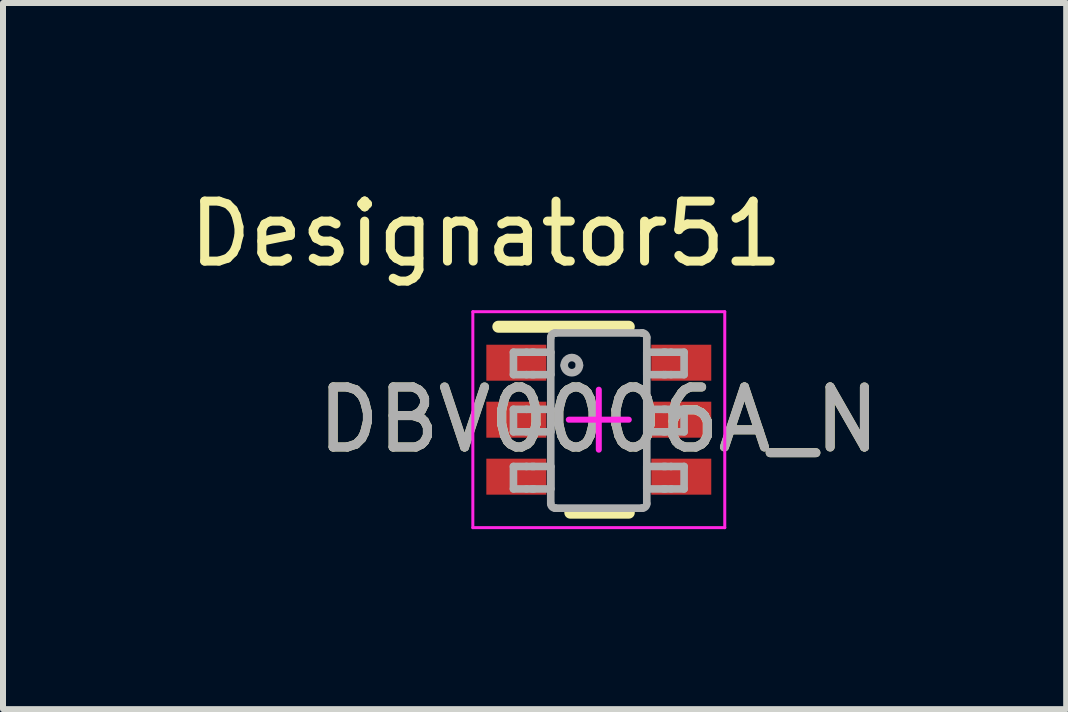
<source format=kicad_pcb>
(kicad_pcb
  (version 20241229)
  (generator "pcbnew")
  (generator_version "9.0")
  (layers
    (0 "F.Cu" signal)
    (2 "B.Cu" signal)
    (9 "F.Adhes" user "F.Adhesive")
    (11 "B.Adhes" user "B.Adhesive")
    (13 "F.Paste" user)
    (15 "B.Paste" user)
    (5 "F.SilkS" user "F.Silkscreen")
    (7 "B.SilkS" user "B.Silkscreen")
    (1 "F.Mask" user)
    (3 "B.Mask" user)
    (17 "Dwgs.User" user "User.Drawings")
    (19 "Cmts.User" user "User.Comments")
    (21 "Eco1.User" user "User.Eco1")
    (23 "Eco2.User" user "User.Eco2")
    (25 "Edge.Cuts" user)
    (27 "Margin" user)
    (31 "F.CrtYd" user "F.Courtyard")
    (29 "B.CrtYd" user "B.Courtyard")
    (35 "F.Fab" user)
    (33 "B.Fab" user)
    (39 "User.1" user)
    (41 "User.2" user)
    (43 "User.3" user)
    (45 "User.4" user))
  (footprint "DBV0006A_N"
    (layer "F.Cu")
    (at 6.933 3.947)
    (property "Reference" "DBV0006A_N" (at 0 0 0) (unlocked yes) (layer "F.SilkS") (effects (font (size 1 1) (thickness 0.15))))
    (attr smd)
    (fp_line (start -1.675 -1.55) (end 0.5 -1.55) (stroke (width 0.2) (type solid)) (layer "F.SilkS"))
    (fp_line (start -0.475 1.55) (end 0.5 1.55) (stroke (width 0.2) (type solid)) (layer "F.SilkS"))
    (fp_line (start -2.1 -1.8) (end 2.1 -1.8) (stroke (width 0.05) (type solid)) (layer "F.CrtYd"))
    (fp_line (start -2.1 1.8) (end -2.1 -1.8) (stroke (width 0.05) (type solid)) (layer "F.CrtYd"))
    (fp_line (start -2.1 1.8) (end 2.1 1.8) (stroke (width 0.05) (type solid)) (layer "F.CrtYd"))
    (fp_line (start -0.5 0) (end 0.5 0) (stroke (width 0.1) (type solid)) (layer "F.CrtYd"))
    (fp_line (start 0 0.5) (end 0 -0.5) (stroke (width 0.1) (type solid)) (layer "F.CrtYd"))
    (fp_line (start 2.1 1.8) (end 2.1 -1.8) (stroke (width 0.05) (type solid)) (layer "F.CrtYd"))
    (fp_line (start -1.423 -1.125) (end -1.206 -1.125) (stroke (width 0.127) (type solid)) (layer "F.Fab"))
    (fp_line (start -1.423 -0.751) (end -1.423 -1.125) (stroke (width 0.127) (type solid)) (layer "F.Fab"))
    (fp_line (start -1.423 -0.751) (end -1.206 -0.751) (stroke (width 0.127) (type solid)) (layer "F.Fab"))
    (fp_line (start -1.423 -0.173) (end -1.206 -0.173) (stroke (width 0.127) (type solid)) (layer "F.Fab"))
    (fp_line (start -1.423 0.202) (end -1.423 -0.173) (stroke (width 0.127) (type solid)) (layer "F.Fab"))
    (fp_line (start -1.423 0.202) (end -1.206 0.202) (stroke (width 0.127) (type solid)) (layer "F.Fab"))
    (fp_line (start -1.423 0.78) (end -1.206 0.78) (stroke (width 0.127) (type solid)) (layer "F.Fab"))
    (fp_line (start -1.423 1.154) (end -1.423 0.78) (stroke (width 0.127) (type solid)) (layer "F.Fab"))
    (fp_line (start -1.423 1.154) (end -1.206 1.154) (stroke (width 0.127) (type solid)) (layer "F.Fab"))
    (fp_line (start -1.206 -1.125) (end -1.113 -1.125) (stroke (width 0.127) (type solid)) (layer "F.Fab"))
    (fp_line (start -1.206 -0.751) (end -1.113 -0.751) (stroke (width 0.127) (type solid)) (layer "F.Fab"))
    (fp_line (start -1.206 -0.173) (end -1.113 -0.173) (stroke (width 0.127) (type solid)) (layer "F.Fab"))
    (fp_line (start -1.206 0.202) (end -1.113 0.202) (stroke (width 0.127) (type solid)) (layer "F.Fab"))
    (fp_line (start -1.206 0.78) (end -1.113 0.78) (stroke (width 0.127) (type solid)) (layer "F.Fab"))
    (fp_line (start -1.206 1.154) (end -1.113 1.154) (stroke (width 0.127) (type solid)) (layer "F.Fab"))
    (fp_line (start -1.113 -1.125) (end -1.081 -1.125) (stroke (width 0.127) (type solid)) (layer "F.Fab"))
    (fp_line (start -1.113 -0.751) (end -1.081 -0.751) (stroke (width 0.127) (type solid)) (layer "F.Fab"))
    (fp_line (start -1.113 -0.173) (end -1.081 -0.173) (stroke (width 0.127) (type solid)) (layer "F.Fab"))
    (fp_line (start -1.113 0.202) (end -1.081 0.202) (stroke (width 0.127) (type solid)) (layer "F.Fab"))
    (fp_line (start -1.113 0.78) (end -1.081 0.78) (stroke (width 0.127) (type solid)) (layer "F.Fab"))
    (fp_line (start -1.113 1.154) (end -1.081 1.154) (stroke (width 0.127) (type solid)) (layer "F.Fab"))
    (fp_line (start -1.081 -1.125) (end -0.828 -1.125) (stroke (width 0.127) (type solid)) (layer "F.Fab"))
    (fp_line (start -1.081 -0.751) (end -0.828 -0.751) (stroke (width 0.127) (type solid)) (layer "F.Fab"))
    (fp_line (start -1.081 -0.173) (end -0.828 -0.173) (stroke (width 0.127) (type solid)) (layer "F.Fab"))
    (fp_line (start -1.081 0.202) (end -0.828 0.202) (stroke (width 0.127) (type solid)) (layer "F.Fab"))
    (fp_line (start -1.081 0.78) (end -0.828 0.78) (stroke (width 0.127) (type solid)) (layer "F.Fab"))
    (fp_line (start -1.081 1.154) (end -0.828 1.154) (stroke (width 0.127) (type solid)) (layer "F.Fab"))
    (fp_line (start -0.828 -1.125) (end -0.801 -1.125) (stroke (width 0.127) (type solid)) (layer "F.Fab"))
    (fp_line (start -0.828 -0.751) (end -0.801 -0.751) (stroke (width 0.127) (type solid)) (layer "F.Fab"))
    (fp_line (start -0.828 -0.173) (end -0.801 -0.173) (stroke (width 0.127) (type solid)) (layer "F.Fab"))
    (fp_line (start -0.828 0.202) (end -0.801 0.202) (stroke (width 0.127) (type solid)) (layer "F.Fab"))
    (fp_line (start -0.828 0.78) (end -0.801 0.78) (stroke (width 0.127) (type solid)) (layer "F.Fab"))
    (fp_line (start -0.828 1.154) (end -0.801 1.154) (stroke (width 0.127) (type solid)) (layer "F.Fab"))
    (fp_line (start -0.801 -0.751) (end -0.801 -1.125) (stroke (width 0.127) (type solid)) (layer "F.Fab"))
    (fp_line (start -0.801 0.202) (end -0.801 -0.173) (stroke (width 0.127) (type solid)) (layer "F.Fab"))
    (fp_line (start -0.801 1.154) (end -0.801 0.78) (stroke (width 0.127) (type solid)) (layer "F.Fab"))
    (fp_line (start -0.801 1.399) (end -0.801 -1.37) (stroke (width 0.127) (type solid)) (layer "F.Fab"))
    (fp_line (start -0.725 -1.446) (end -0.724 -1.446) (stroke (width 0.127) (type solid)) (layer "F.Fab"))
    (fp_line (start -0.725 1.475) (end -0.724 1.475) (stroke (width 0.127) (type solid)) (layer "F.Fab"))
    (fp_line (start -0.724 -1.446) (end 0.723 -1.446) (stroke (width 0.127) (type solid)) (layer "F.Fab"))
    (fp_line (start -0.724 1.475) (end 0.723 1.475) (stroke (width 0.127) (type solid)) (layer "F.Fab"))
    (fp_line (start 0.723 -1.446) (end 0.724 -1.446) (stroke (width 0.127) (type solid)) (layer "F.Fab"))
    (fp_line (start 0.723 1.475) (end 0.724 1.475) (stroke (width 0.127) (type solid)) (layer "F.Fab"))
    (fp_line (start 0.8 -1.125) (end 0.827 -1.125) (stroke (width 0.127) (type solid)) (layer "F.Fab"))
    (fp_line (start 0.8 -0.751) (end 0.8 -1.125) (stroke (width 0.127) (type solid)) (layer "F.Fab"))
    (fp_line (start 0.8 -0.751) (end 0.827 -0.751) (stroke (width 0.127) (type solid)) (layer "F.Fab"))
    (fp_line (start 0.8 -0.173) (end 0.827 -0.173) (stroke (width 0.127) (type solid)) (layer "F.Fab"))
    (fp_line (start 0.8 0.202) (end 0.8 -0.173) (stroke (width 0.127) (type solid)) (layer "F.Fab"))
    (fp_line (start 0.8 0.202) (end 0.827 0.202) (stroke (width 0.127) (type solid)) (layer "F.Fab"))
    (fp_line (start 0.8 0.78) (end 0.827 0.78) (stroke (width 0.127) (type solid)) (layer "F.Fab"))
    (fp_line (start 0.8 1.154) (end 0.8 0.78) (stroke (width 0.127) (type solid)) (layer "F.Fab"))
    (fp_line (start 0.8 1.154) (end 0.827 1.154) (stroke (width 0.127) (type solid)) (layer "F.Fab"))
    (fp_line (start 0.8 1.399) (end 0.8 -1.37) (stroke (width 0.127) (type solid)) (layer "F.Fab"))
    (fp_line (start 0.827 -1.125) (end 1.08 -1.125) (stroke (width 0.127) (type solid)) (layer "F.Fab"))
    (fp_line (start 0.827 -0.751) (end 1.08 -0.751) (stroke (width 0.127) (type solid)) (layer "F.Fab"))
    (fp_line (start 0.827 -0.173) (end 1.08 -0.173) (stroke (width 0.127) (type solid)) (layer "F.Fab"))
    (fp_line (start 0.827 0.202) (end 1.08 0.202) (stroke (width 0.127) (type solid)) (layer "F.Fab"))
    (fp_line (start 0.827 0.78) (end 1.08 0.78) (stroke (width 0.127) (type solid)) (layer "F.Fab"))
    (fp_line (start 0.827 1.154) (end 1.08 1.154) (stroke (width 0.127) (type solid)) (layer "F.Fab"))
    (fp_line (start 1.08 -1.125) (end 1.112 -1.125) (stroke (width 0.127) (type solid)) (layer "F.Fab"))
    (fp_line (start 1.08 -0.751) (end 1.112 -0.751) (stroke (width 0.127) (type solid)) (layer "F.Fab"))
    (fp_line (start 1.08 -0.173) (end 1.112 -0.173) (stroke (width 0.127) (type solid)) (layer "F.Fab"))
    (fp_line (start 1.08 0.202) (end 1.112 0.202) (stroke (width 0.127) (type solid)) (layer "F.Fab"))
    (fp_line (start 1.08 0.78) (end 1.112 0.78) (stroke (width 0.127) (type solid)) (layer "F.Fab"))
    (fp_line (start 1.08 1.154) (end 1.112 1.154) (stroke (width 0.127) (type solid)) (layer "F.Fab"))
    (fp_line (start 1.112 -1.125) (end 1.205 -1.125) (stroke (width 0.127) (type solid)) (layer "F.Fab"))
    (fp_line (start 1.112 -0.751) (end 1.205 -0.751) (stroke (width 0.127) (type solid)) (layer "F.Fab"))
    (fp_line (start 1.112 -0.173) (end 1.205 -0.173) (stroke (width 0.127) (type solid)) (layer "F.Fab"))
    (fp_line (start 1.112 0.202) (end 1.205 0.202) (stroke (width 0.127) (type solid)) (layer "F.Fab"))
    (fp_line (start 1.112 0.78) (end 1.205 0.78) (stroke (width 0.127) (type solid)) (layer "F.Fab"))
    (fp_line (start 1.112 1.154) (end 1.205 1.154) (stroke (width 0.127) (type solid)) (layer "F.Fab"))
    (fp_line (start 1.205 -1.125) (end 1.422 -1.125) (stroke (width 0.127) (type solid)) (layer "F.Fab"))
    (fp_line (start 1.205 -0.751) (end 1.422 -0.751) (stroke (width 0.127) (type solid)) (layer "F.Fab"))
    (fp_line (start 1.205 -0.173) (end 1.422 -0.173) (stroke (width 0.127) (type solid)) (layer "F.Fab"))
    (fp_line (start 1.205 0.202) (end 1.422 0.202) (stroke (width 0.127) (type solid)) (layer "F.Fab"))
    (fp_line (start 1.205 0.78) (end 1.422 0.78) (stroke (width 0.127) (type solid)) (layer "F.Fab"))
    (fp_line (start 1.205 1.154) (end 1.422 1.154) (stroke (width 0.127) (type solid)) (layer "F.Fab"))
    (fp_line (start 1.422 -0.751) (end 1.422 -1.125) (stroke (width 0.127) (type solid)) (layer "F.Fab"))
    (fp_line (start 1.422 0.202) (end 1.422 -0.173) (stroke (width 0.127) (type solid)) (layer "F.Fab"))
    (fp_line (start 1.422 1.154) (end 1.422 0.78) (stroke (width 0.127) (type solid)) (layer "F.Fab"))
    (fp_arc (start -0.800692 -1.369901) (mid -0.778512 -1.423533) (end -0.724999 -1.446) (stroke (width 0.127) (type solid)) (layer "F.Fab"))
    (fp_arc (start -0.724999 1.475002) (mid -0.778507 1.452548) (end -0.800692 1.398928) (stroke (width 0.127) (type solid)) (layer "F.Fab"))
    (fp_arc (start -0.576537 -0.906071) (mid -0.449562 -1.033046) (end -0.322588 -0.906071) (stroke (width 0.127) (type solid)) (layer "F.Fab"))
    (fp_arc (start -0.322588 -0.906071) (mid -0.449562 -0.779097) (end -0.576537 -0.906071) (stroke (width 0.127) (type solid)) (layer "F.Fab"))
    (fp_arc (start 0.723841 -1.446) (mid 0.777341 -1.423528) (end 0.799508 -1.369901) (stroke (width 0.127) (type solid)) (layer "F.Fab"))
    (fp_arc (start 0.799508 1.398928) (mid 0.777336 1.452543) (end 0.723841 1.475002) (stroke (width 0.127) (type solid)) (layer "F.Fab"))
    (fp_text user "Designator51" (at -1.88 -3.099 0) (unlocked yes) (layer "F.SilkS") (effects (font (size 1 1) (thickness 0.15))))
    (fp_text user "${REFERENCE}" (at 0 0 0) (unlocked yes) (layer "F.Fab") (effects (font (size 1 1) (thickness 0.15))))
    (pad "1" smd rect (at -1.375 -0.95 90) (size 0.6 1) (layers "F.Cu" "F.Mask" "F.Paste"))
    (pad "2" smd rect (at -1.375 0 90) (size 0.6 1) (layers "F.Cu" "F.Mask" "F.Paste"))
    (pad "3" smd rect (at -1.375 0.95 90) (size 0.6 1) (layers "F.Cu" "F.Mask" "F.Paste"))
    (pad "4" smd rect (at 1.375 0.95 90) (size 0.6 1) (layers "F.Cu" "F.Mask" "F.Paste"))
    (pad "5" smd rect (at 1.375 0 90) (size 0.6 1) (layers "F.Cu" "F.Mask" "F.Paste"))
    (pad "6" smd rect (at 1.375 -0.95 90) (size 0.6 1) (layers "F.Cu" "F.Mask" "F.Paste")))
  (gr_rect
    (start -3 -3)
    (end 14.725 8.772)
    (stroke (width 0.1) (type default))
    (fill no)
    (layer "Edge.Cuts")))
</source>
